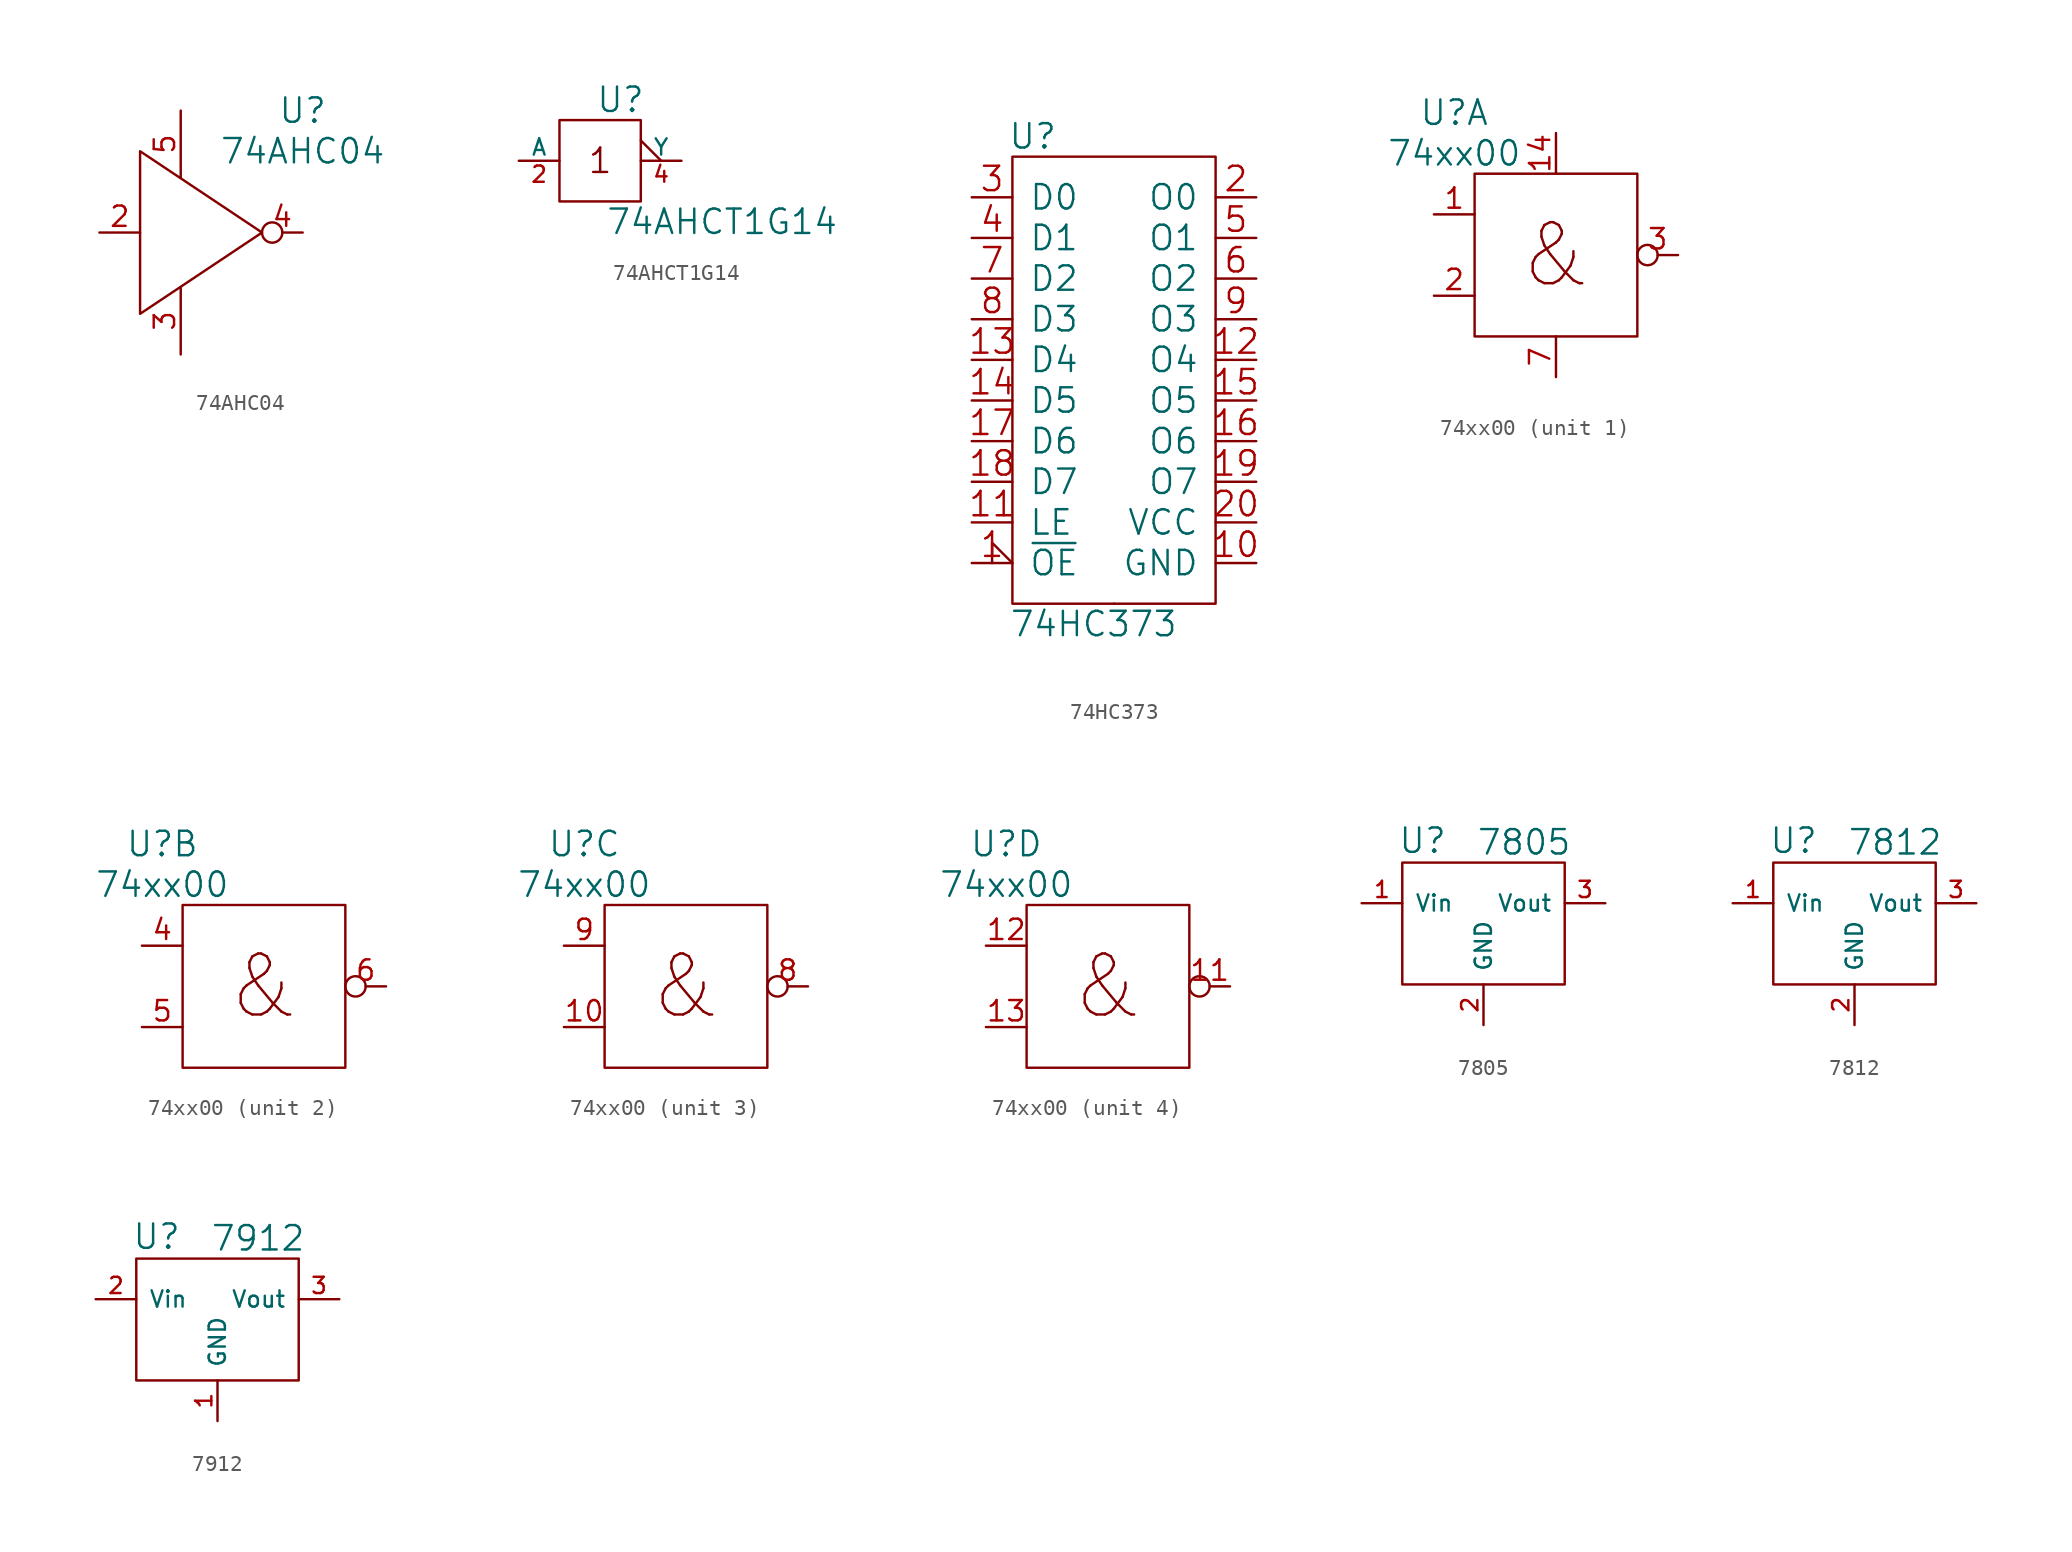
<source format=kicad_sym>
(kicad_symbol_lib
  (version 20211014)
  (generator kicad_symbol_editor)
  (symbol "74AHC04"
    (pin_names
      (offset 0.025) hide)
    (property "Reference" "U"
      (at 7.62 7.62 0)
      (effects (font (size 1.524 1.524))))
    (property "Value" "74AHC04"
      (at 7.62 5.08 0)
      (effects (font (size 1.524 1.524))))
    (symbol "74AHC04_0_1"
      (polyline (pts (xy -2.54 5.08) (xy -2.54 -5.08) (xy 5.08 0) (xy -2.54 5.08)) (stroke (width 0) (type default) (color 0 0 0 0)) (fill (type none))))
    (symbol "74AHC04_1_1"
      (pin passive line (at -2.54 -5.08 90) (length 0) hide (name "NC" (effects (font (size 1.27 1.27)))) (number "1" (effects (font (size 1.27 1.27)))))
      (pin input line (at -5.08 0 0) (length 2.54) (name "A" (effects (font (size 1.27 1.27)))) (number "2" (effects (font (size 1.27 1.27)))))
      (pin power_in line (at 0 -7.62 90) (length 4.191) (name "V-" (effects (font (size 1.27 1.27)))) (number "3" (effects (font (size 1.27 1.27)))))
      (pin output inverted (at 7.62 0 180) (length 2.54) (name "Y" (effects (font (size 1.27 1.27)))) (number "4" (effects (font (size 1.27 1.27)))))
      (pin power_in line (at 0 7.62 270) (length 4.191) (name "V+" (effects (font (size 1.27 1.27)))) (number "5" (effects (font (size 1.27 1.27)))))))
  (symbol "74AHCT1G14"
    (pin_names
      (offset 0))
    (property "Reference" "U"
      (at 1.27 3.81 0)
      (effects (font (size 1.524 1.524))))
    (property "Value" "74AHCT1G14"
      (at 7.62 -3.81 0)
      (effects (font (size 1.524 1.524))))
    (property "Footprint" ""
      (at 0 0 0)
      (effects (font (size 1.524 1.524))))
    (property "Datasheet" ""
      (at 0 0 0)
      (effects (font (size 1.524 1.524))))
    (symbol "74AHCT1G14_0_0"
      (rectangle (start -2.54 2.54) (end 2.54 -2.54) (stroke (width 0) (type default) (color 0 0 0 0)) (fill (type none)))
      (text "1" (at 0 0 0) (effects (font (size 1.524 1.524)))))
    (symbol "74AHCT1G14_1_1"
      (pin no_connect line (at 2.54 -1.27 180) (length 0) hide (name "NC" (effects (font (size 1.016 1.016)))) (number "1" (effects (font (size 1.016 1.016)))))
      (pin input line (at -5.08 0 0) (length 2.54) (name "A" (effects (font (size 1.016 1.016)))) (number "2" (effects (font (size 1.016 1.016)))))
      (pin passive line (at 0 -2.54 90) (length 0) hide (name "GND" (effects (font (size 1.016 1.016)))) (number "3" (effects (font (size 1.016 1.016)))))
      (pin output output_low (at 5.08 0 180) (length 2.54) (name "Y" (effects (font (size 1.016 1.016)))) (number "4" (effects (font (size 1.016 1.016)))))
      (pin power_in line (at 0 2.54 270) (length 0) hide (name "VCC" (effects (font (size 1.016 1.016)))) (number "5" (effects (font (size 1.016 1.016)))))))
  (symbol "74HC373"
    (pin_names
      (offset 1.016))
    (property "Reference" "U"
      (at -5.08 15.24 0)
      (effects (font (size 1.524 1.524))))
    (property "Value" "74HC373"
      (at -1.27 -15.24 0)
      (effects (font (size 1.524 1.524))))
    (property "Footprint" ""
      (at 0 0 0)
      (effects (font (size 1.524 1.524))))
    (property "Datasheet" ""
      (at 0 0 0)
      (effects (font (size 1.524 1.524))))
    (symbol "74HC373_0_0"
      (pin passive line (at 8.89 -11.43 180) (length 2.54) (name "GND" (effects (font (size 1.524 1.524)))) (number "10" (effects (font (size 1.524 1.524)))))
      (pin power_in line (at 8.89 -8.89 180) (length 2.54) (name "VCC" (effects (font (size 1.524 1.524)))) (number "20" (effects (font (size 1.524 1.524))))))
    (symbol "74HC373_0_1"
      (rectangle (start -6.35 13.97) (end 6.35 -13.97) (stroke (width 0) (type default) (color 0 0 0 0)) (fill (type none)))
      (rectangle (start 0 -13.97) (end 0 -13.97) (stroke (width 0) (type default) (color 0 0 0 0)) (fill (type none))))
    (symbol "74HC373_1_1"
      (pin input input_low (at -8.89 -11.43 0) (length 2.54) (name "~{OE}" (effects (font (size 1.524 1.524)))) (number "1" (effects (font (size 1.524 1.524)))))
      (pin input line (at -8.89 -8.89 0) (length 2.54) (name "LE" (effects (font (size 1.524 1.524)))) (number "11" (effects (font (size 1.524 1.524)))))
      (pin tri_state line (at 8.89 1.27 180) (length 2.54) (name "O4" (effects (font (size 1.524 1.524)))) (number "12" (effects (font (size 1.524 1.524)))))
      (pin input line (at -8.89 1.27 0) (length 2.54) (name "D4" (effects (font (size 1.524 1.524)))) (number "13" (effects (font (size 1.524 1.524)))))
      (pin input line (at -8.89 -1.27 0) (length 2.54) (name "D5" (effects (font (size 1.524 1.524)))) (number "14" (effects (font (size 1.524 1.524)))))
      (pin tri_state line (at 8.89 -1.27 180) (length 2.54) (name "O5" (effects (font (size 1.524 1.524)))) (number "15" (effects (font (size 1.524 1.524)))))
      (pin tri_state line (at 8.89 -3.81 180) (length 2.54) (name "O6" (effects (font (size 1.524 1.524)))) (number "16" (effects (font (size 1.524 1.524)))))
      (pin input line (at -8.89 -3.81 0) (length 2.54) (name "D6" (effects (font (size 1.524 1.524)))) (number "17" (effects (font (size 1.524 1.524)))))
      (pin input line (at -8.89 -6.35 0) (length 2.54) (name "D7" (effects (font (size 1.524 1.524)))) (number "18" (effects (font (size 1.524 1.524)))))
      (pin tri_state line (at 8.89 -6.35 180) (length 2.54) (name "O7" (effects (font (size 1.524 1.524)))) (number "19" (effects (font (size 1.524 1.524)))))
      (pin tri_state line (at 8.89 11.43 180) (length 2.54) (name "O0" (effects (font (size 1.524 1.524)))) (number "2" (effects (font (size 1.524 1.524)))))
      (pin input line (at -8.89 11.43 0) (length 2.54) (name "D0" (effects (font (size 1.524 1.524)))) (number "3" (effects (font (size 1.524 1.524)))))
      (pin input line (at -8.89 8.89 0) (length 2.54) (name "D1" (effects (font (size 1.524 1.524)))) (number "4" (effects (font (size 1.524 1.524)))))
      (pin tri_state line (at 8.89 8.89 180) (length 2.54) (name "O1" (effects (font (size 1.524 1.524)))) (number "5" (effects (font (size 1.524 1.524)))))
      (pin tri_state line (at 8.89 6.35 180) (length 2.54) (name "O2" (effects (font (size 1.524 1.524)))) (number "6" (effects (font (size 1.524 1.524)))))
      (pin input line (at -8.89 6.35 0) (length 2.54) (name "D2" (effects (font (size 1.524 1.524)))) (number "7" (effects (font (size 1.524 1.524)))))
      (pin input line (at -8.89 3.81 0) (length 2.54) (name "D3" (effects (font (size 1.524 1.524)))) (number "8" (effects (font (size 1.524 1.524)))))
      (pin tri_state line (at 8.89 3.81 180) (length 2.54) (name "O3" (effects (font (size 1.524 1.524)))) (number "9" (effects (font (size 1.524 1.524)))))))
  (symbol "74xx00"
    (pin_names
      (offset 1.016) hide)
    (property "Reference" "U"
      (at -6.35 8.89 0)
      (effects (font (size 1.524 1.524))))
    (property "Value" "74xx00"
      (at -6.35 6.35 0)
      (effects (font (size 1.524 1.524))))
    (symbol "74xx00_0_0"
      (text "&" (at 0 0 0) (effects (font (size 3.81 3.81)))))
    (symbol "74xx00_0_1"
      (rectangle (start 5.08 5.08) (end -5.08 -5.08) (stroke (width 0) (type default) (color 0 0 0 0)) (fill (type none))))
    (symbol "74xx00_1_1"
      (pin input line (at -7.62 2.54 0) (length 2.54) (name "A1" (effects (font (size 1.27 1.27)))) (number "1" (effects (font (size 1.27 1.27)))))
      (pin power_in line (at 0 7.62 270) (length 2.54) (name "VCC" (effects (font (size 1.27 1.27)))) (number "14" (effects (font (size 1.27 1.27)))))
      (pin input line (at -7.62 -2.54 0) (length 2.54) (name "B1" (effects (font (size 1.27 1.27)))) (number "2" (effects (font (size 1.27 1.27)))))
      (pin output inverted (at 7.62 0 180) (length 2.54) (name "Y1" (effects (font (size 1.27 1.27)))) (number "3" (effects (font (size 1.27 1.27)))))
      (pin power_in line (at 0 -7.62 90) (length 2.54) (name "GND" (effects (font (size 1.27 1.27)))) (number "7" (effects (font (size 1.27 1.27))))))
    (symbol "74xx00_2_1"
      (pin input line (at -7.62 2.54 0) (length 2.54) (name "A2" (effects (font (size 1.27 1.27)))) (number "4" (effects (font (size 1.27 1.27)))))
      (pin input line (at -7.62 -2.54 0) (length 2.54) (name "B2" (effects (font (size 1.27 1.27)))) (number "5" (effects (font (size 1.27 1.27)))))
      (pin output inverted (at 7.62 0 180) (length 2.54) (name "Y2" (effects (font (size 1.27 1.27)))) (number "6" (effects (font (size 1.27 1.27))))))
    (symbol "74xx00_3_1"
      (pin input line (at -7.62 -2.54 0) (length 2.54) (name "B3" (effects (font (size 1.27 1.27)))) (number "10" (effects (font (size 1.27 1.27)))))
      (pin output inverted (at 7.62 0 180) (length 2.54) (name "Y3" (effects (font (size 1.27 1.27)))) (number "8" (effects (font (size 1.27 1.27)))))
      (pin input line (at -7.62 2.54 0) (length 2.54) (name "A3" (effects (font (size 1.27 1.27)))) (number "9" (effects (font (size 1.27 1.27))))))
    (symbol "74xx00_4_1"
      (pin output inverted (at 7.62 0 180) (length 2.54) (name "Y4" (effects (font (size 1.27 1.27)))) (number "11" (effects (font (size 1.27 1.27)))))
      (pin input line (at -7.62 2.54 0) (length 2.54) (name "A4" (effects (font (size 1.27 1.27)))) (number "12" (effects (font (size 1.27 1.27)))))
      (pin input line (at -7.62 -2.54 0) (length 2.54) (name "B4" (effects (font (size 1.27 1.27)))) (number "13" (effects (font (size 1.27 1.27)))))))
  (symbol "7805"
    (pin_names
      (offset 0.762))
    (property "Reference" "U"
      (at -3.81 5.182 0)
      (effects (font (size 1.524 1.524))))
    (property "Value" "7805"
      (at 2.54 5.08 0)
      (effects (font (size 1.524 1.524))))
    (property "Footprint" ""
      (at 0 0 0)
      (effects (font (size 1.524 1.524))))
    (property "Datasheet" ""
      (at 0 0 0)
      (effects (font (size 1.524 1.524))))
    (symbol "7805_0_1"
      (rectangle (start -5.08 -3.81) (end 5.08 3.81) (stroke (width 0) (type default) (color 0 0 0 0)) (fill (type none))))
    (symbol "7805_1_1"
      (pin power_in line (at -7.62 1.27 0) (length 2.54) (name "Vin" (effects (font (size 1.016 1.016)))) (number "1" (effects (font (size 1.016 1.016)))))
      (pin passive line (at 0 -6.35 90) (length 2.54) (name "GND" (effects (font (size 1.016 1.016)))) (number "2" (effects (font (size 1.016 1.016)))))
      (pin power_out line (at 7.62 1.27 180) (length 2.54) (name "Vout" (effects (font (size 1.016 1.016)))) (number "3" (effects (font (size 1.016 1.016)))))))
  (symbol "7812"
    (pin_names
      (offset 0.762))
    (property "Reference" "U"
      (at -3.81 5.182 0)
      (effects (font (size 1.524 1.524))))
    (property "Value" "7812"
      (at 2.54 5.08 0)
      (effects (font (size 1.524 1.524))))
    (property "Footprint" ""
      (at 0 0 0)
      (effects (font (size 1.524 1.524))))
    (property "Datasheet" ""
      (at 0 0 0)
      (effects (font (size 1.524 1.524))))
    (symbol "7812_0_1"
      (rectangle (start -5.08 -3.81) (end 5.08 3.81) (stroke (width 0) (type default) (color 0 0 0 0)) (fill (type none))))
    (symbol "7812_1_1"
      (pin power_in line (at -7.62 1.27 0) (length 2.54) (name "Vin" (effects (font (size 1.016 1.016)))) (number "1" (effects (font (size 1.016 1.016)))))
      (pin passive line (at 0 -6.35 90) (length 2.54) (name "GND" (effects (font (size 1.016 1.016)))) (number "2" (effects (font (size 1.016 1.016)))))
      (pin power_out line (at 7.62 1.27 180) (length 2.54) (name "Vout" (effects (font (size 1.016 1.016)))) (number "3" (effects (font (size 1.016 1.016)))))))
  (symbol "7912"
    (pin_names
      (offset 0.762))
    (property "Reference" "U"
      (at -3.81 5.182 0)
      (effects (font (size 1.524 1.524))))
    (property "Value" "7912"
      (at 2.54 5.08 0)
      (effects (font (size 1.524 1.524))))
    (property "Footprint" ""
      (at 0 0 0)
      (effects (font (size 1.524 1.524))))
    (property "Datasheet" ""
      (at 0 0 0)
      (effects (font (size 1.524 1.524))))
    (symbol "7912_0_1"
      (rectangle (start -5.08 -3.81) (end 5.08 3.81) (stroke (width 0) (type default) (color 0 0 0 0)) (fill (type none))))
    (symbol "7912_1_1"
      (pin passive line (at 0 -6.35 90) (length 2.54) (name "GND" (effects (font (size 1.016 1.016)))) (number "1" (effects (font (size 1.016 1.016)))))
      (pin power_in line (at -7.62 1.27 0) (length 2.54) (name "Vin" (effects (font (size 1.016 1.016)))) (number "2" (effects (font (size 1.016 1.016)))))
      (pin power_out line (at 7.62 1.27 180) (length 2.54) (name "Vout" (effects (font (size 1.016 1.016)))) (number "3" (effects (font (size 1.016 1.016))))))))
</source>
